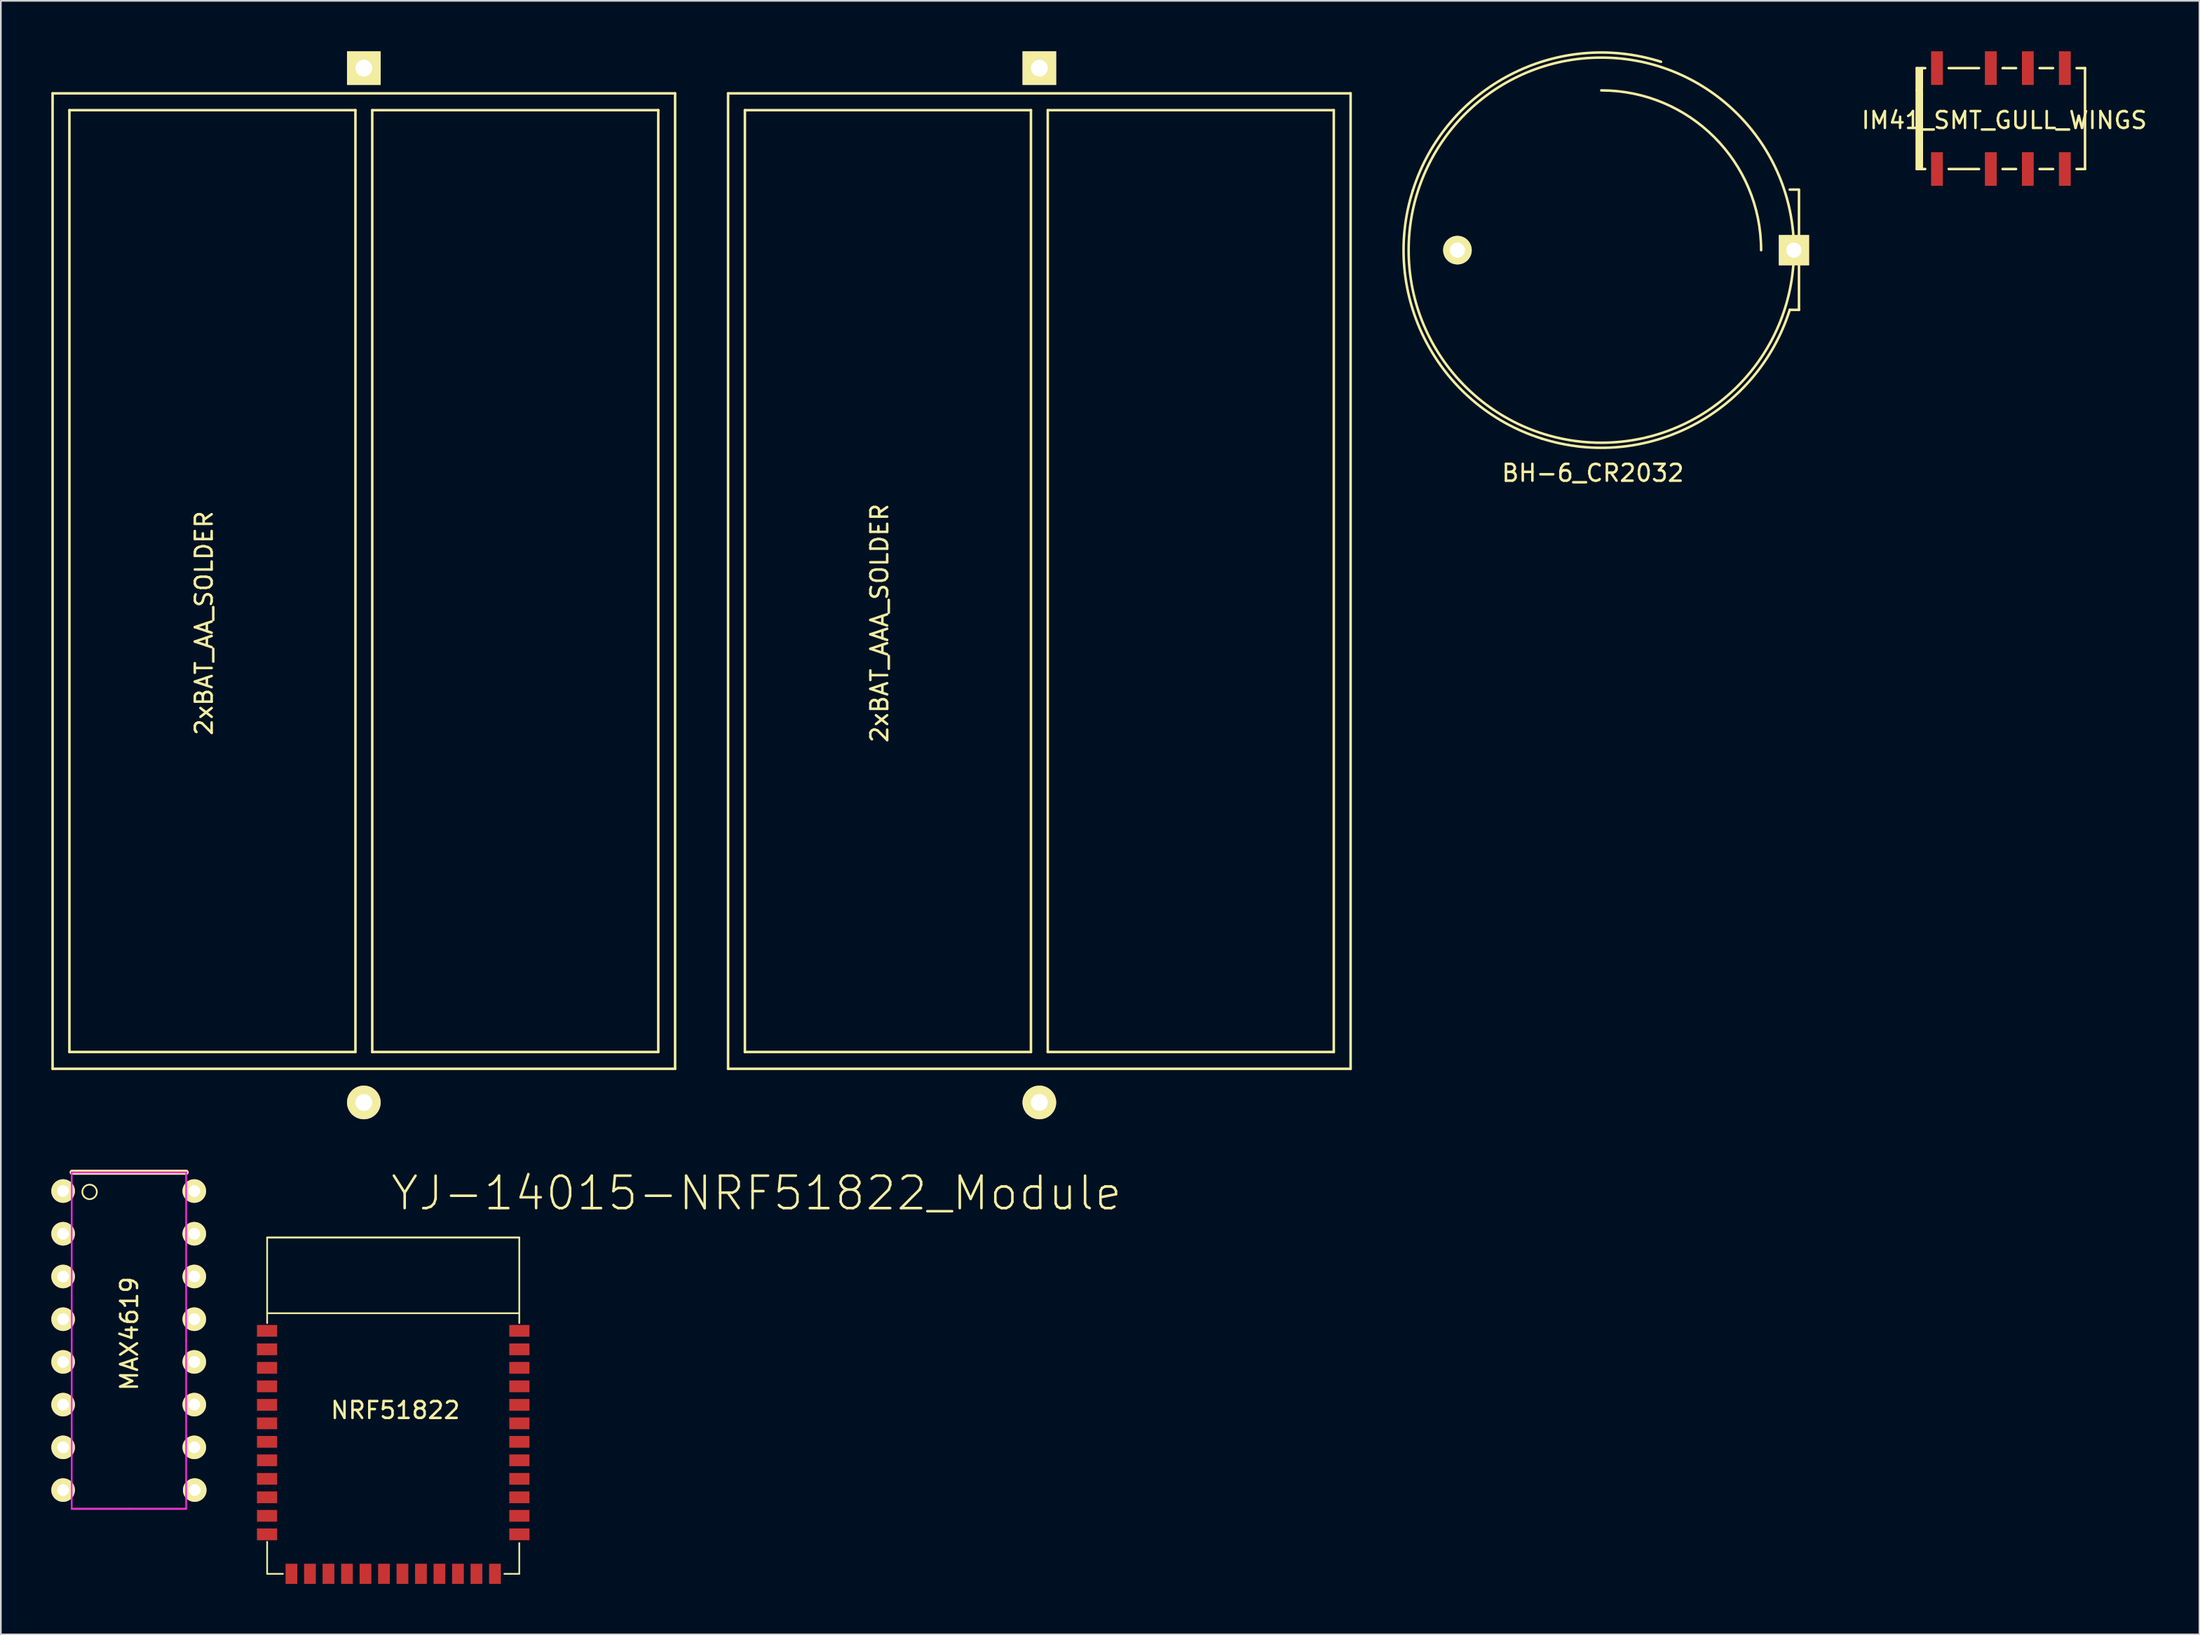
<source format=kicad_pcb>
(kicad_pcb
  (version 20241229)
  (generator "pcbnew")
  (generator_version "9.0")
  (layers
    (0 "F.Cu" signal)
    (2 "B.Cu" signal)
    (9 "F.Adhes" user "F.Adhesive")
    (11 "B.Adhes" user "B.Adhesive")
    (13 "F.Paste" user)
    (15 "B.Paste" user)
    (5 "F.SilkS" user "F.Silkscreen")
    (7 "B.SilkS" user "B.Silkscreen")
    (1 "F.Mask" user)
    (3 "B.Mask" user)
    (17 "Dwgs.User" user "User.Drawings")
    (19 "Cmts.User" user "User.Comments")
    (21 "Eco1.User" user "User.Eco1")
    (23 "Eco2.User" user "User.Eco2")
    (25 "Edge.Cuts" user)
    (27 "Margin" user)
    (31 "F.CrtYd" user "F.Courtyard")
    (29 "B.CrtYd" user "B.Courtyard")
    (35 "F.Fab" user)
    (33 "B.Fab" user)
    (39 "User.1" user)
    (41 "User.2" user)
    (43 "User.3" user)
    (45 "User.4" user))
  (footprint "YJ-14015-NRF51822_Module"
    (layer "F.Cu")
    (at 20.321 90.528)
    (property "Reference" "YJ-14015-NRF51822_Module" (at 21.59 -22.631 0) (layer "F.SilkS") (effects (font (size 1.93 1.93) (thickness 0.152))))
    (attr smd)
    (fp_line (start -7.493 -19.99) (end -7.493 -14.91) (stroke (width 0.1) (type solid)) (layer "F.SilkS"))
    (fp_line (start -7.493 -19.99) (end 7.493 -19.99) (stroke (width 0.1) (type solid)) (layer "F.SilkS"))
    (fp_line (start -7.493 -15.494) (end 7.493 -15.494) (stroke (width 0.1) (type solid)) (layer "F.SilkS"))
    (fp_line (start -7.493 -1.905) (end -7.493 0) (stroke (width 0.1) (type solid)) (layer "F.SilkS"))
    (fp_line (start -7.493 0) (end -6.553 0) (stroke (width 0.1) (type solid)) (layer "F.SilkS"))
    (fp_line (start 6.604 0) (end 7.493 0) (stroke (width 0.1) (type solid)) (layer "F.SilkS"))
    (fp_line (start 7.493 -19.99) (end 7.493 -14.91) (stroke (width 0.1) (type solid)) (layer "F.SilkS"))
    (fp_line (start 7.493 0) (end 7.493 -1.829) (stroke (width 0.1) (type solid)) (layer "F.SilkS"))
    (fp_line (start 7.498 -20) (end -7.498 -20) (stroke (width 0.1) (type solid)) (layer "F.SilkS"))
    (fp_text user "NRF51822" (at 0.127 -9.728 0) (layer "F.SilkS") (effects (font (size 1 1) (thickness 0.15))))
    (pad "1" smd rect (at -7.498 -14.448 90) (size 0.699 1.199) (layers "F.Cu" "F.Mask" "F.Paste"))
    (pad "2" smd rect (at -7.498 -13.348 90) (size 0.699 1.199) (layers "F.Cu" "F.Mask" "F.Paste"))
    (pad "3" smd rect (at -7.498 -12.248 90) (size 0.699 1.199) (layers "F.Cu" "F.Mask" "F.Paste"))
    (pad "4" smd rect (at -7.498 -11.148 90) (size 0.699 1.199) (layers "F.Cu" "F.Mask" "F.Paste"))
    (pad "5" smd rect (at -7.498 -10.048 90) (size 0.699 1.199) (layers "F.Cu" "F.Mask" "F.Paste"))
    (pad "6" smd rect (at -7.498 -8.948 90) (size 0.699 1.199) (layers "F.Cu" "F.Mask" "F.Paste"))
    (pad "7" smd rect (at -7.498 -7.849 90) (size 0.699 1.199) (layers "F.Cu" "F.Mask" "F.Paste"))
    (pad "8" smd rect (at -7.498 -6.749 90) (size 0.699 1.199) (layers "F.Cu" "F.Mask" "F.Paste"))
    (pad "9" smd rect (at -7.498 -5.649 90) (size 0.699 1.199) (layers "F.Cu" "F.Mask" "F.Paste"))
    (pad "10" smd rect (at -7.498 -4.549 90) (size 0.699 1.199) (layers "F.Cu" "F.Mask" "F.Paste"))
    (pad "11" smd rect (at -7.498 -3.449 90) (size 0.699 1.199) (layers "F.Cu" "F.Mask" "F.Paste"))
    (pad "12" smd rect (at -7.498 -2.349 90) (size 0.699 1.199) (layers "F.Cu" "F.Mask" "F.Paste"))
    (pad "13" smd rect (at -6.048 0 90) (size 1.199 0.699) (layers "F.Cu" "F.Mask" "F.Paste"))
    (pad "14" smd rect (at -4.948 0 90) (size 1.199 0.699) (layers "F.Cu" "F.Mask" "F.Paste"))
    (pad "15" smd rect (at -3.848 0 90) (size 1.199 0.699) (layers "F.Cu" "F.Mask" "F.Paste"))
    (pad "16" smd rect (at -2.748 0 90) (size 1.199 0.699) (layers "F.Cu" "F.Mask" "F.Paste"))
    (pad "17" smd rect (at -1.648 0 90) (size 1.199 0.699) (layers "F.Cu" "F.Mask" "F.Paste"))
    (pad "18" smd rect (at -0.549 0 90) (size 1.199 0.699) (layers "F.Cu" "F.Mask" "F.Paste"))
    (pad "19" smd rect (at 0.549 0 90) (size 1.199 0.699) (layers "F.Cu" "F.Mask" "F.Paste"))
    (pad "20" smd rect (at 1.648 0 90) (size 1.199 0.699) (layers "F.Cu" "F.Mask" "F.Paste"))
    (pad "21" smd rect (at 2.748 0 90) (size 1.199 0.699) (layers "F.Cu" "F.Mask" "F.Paste"))
    (pad "22" smd rect (at 3.848 0 90) (size 1.199 0.699) (layers "F.Cu" "F.Mask" "F.Paste"))
    (pad "23" smd rect (at 4.948 0 90) (size 1.199 0.699) (layers "F.Cu" "F.Mask" "F.Paste"))
    (pad "24" smd rect (at 6.048 0 90) (size 1.199 0.699) (layers "F.Cu" "F.Mask" "F.Paste"))
    (pad "25" smd rect (at 7.498 -2.349 90) (size 0.699 1.199) (layers "F.Cu" "F.Mask" "F.Paste"))
    (pad "26" smd rect (at 7.498 -3.449 90) (size 0.699 1.199) (layers "F.Cu" "F.Mask" "F.Paste"))
    (pad "27" smd rect (at 7.498 -4.549 90) (size 0.699 1.199) (layers "F.Cu" "F.Mask" "F.Paste"))
    (pad "28" smd rect (at 7.498 -5.649 90) (size 0.699 1.199) (layers "F.Cu" "F.Mask" "F.Paste"))
    (pad "29" smd rect (at 7.498 -6.749 90) (size 0.699 1.199) (layers "F.Cu" "F.Mask" "F.Paste"))
    (pad "30" smd rect (at 7.498 -7.849 90) (size 0.699 1.199) (layers "F.Cu" "F.Mask" "F.Paste"))
    (pad "31" smd rect (at 7.498 -8.948 90) (size 0.699 1.199) (layers "F.Cu" "F.Mask" "F.Paste"))
    (pad "32" smd rect (at 7.498 -10.048 90) (size 0.699 1.199) (layers "F.Cu" "F.Mask" "F.Paste"))
    (pad "33" smd rect (at 7.498 -11.148 90) (size 0.699 1.199) (layers "F.Cu" "F.Mask" "F.Paste"))
    (pad "34" smd rect (at 7.498 -12.248 90) (size 0.699 1.199) (layers "F.Cu" "F.Mask" "F.Paste"))
    (pad "35" smd rect (at 7.498 -13.348 90) (size 0.699 1.199) (layers "F.Cu" "F.Mask" "F.Paste"))
    (pad "36" smd rect (at 7.498 -14.448 90) (size 0.699 1.199) (layers "F.Cu" "F.Mask" "F.Paste")))
  (footprint "2xBAT_AAA_SOLDER"
    (layer "F.Cu")
    (at 58.225 3.5)
    (property "Reference" "2xBAT_AAA_SOLDER" (at -9 30.5 90) (layer "F.SilkS") (effects (font (size 1 1) (thickness 0.15))))
    (attr through_hole)
    (fp_line (start -18 -1) (end 19 -1) (stroke (width 0.15) (type solid)) (layer "F.SilkS"))
    (fp_line (start -18 57) (end -18 -1) (stroke (width 0.15) (type solid)) (layer "F.SilkS"))
    (fp_line (start -17 0) (end -17 56) (stroke (width 0.15) (type solid)) (layer "F.SilkS"))
    (fp_line (start -17 56) (end 0 56) (stroke (width 0.15) (type solid)) (layer "F.SilkS"))
    (fp_line (start 0 0) (end -17 0) (stroke (width 0.15) (type solid)) (layer "F.SilkS"))
    (fp_line (start 0 56) (end 0 0) (stroke (width 0.15) (type solid)) (layer "F.SilkS"))
    (fp_line (start 1 0) (end 1 56) (stroke (width 0.15) (type solid)) (layer "F.SilkS"))
    (fp_line (start 1 0) (end 18 0) (stroke (width 0.15) (type solid)) (layer "F.SilkS"))
    (fp_line (start 18 0) (end 18 56) (stroke (width 0.15) (type solid)) (layer "F.SilkS"))
    (fp_line (start 18 56) (end 1 56) (stroke (width 0.15) (type solid)) (layer "F.SilkS"))
    (fp_line (start 19 -1) (end 19 57) (stroke (width 0.15) (type solid)) (layer "F.SilkS"))
    (fp_line (start 19 57) (end -18 57) (stroke (width 0.15) (type solid)) (layer "F.SilkS"))
    (pad "1" thru_hole rect (at 0.5 -2.5) (size 2 2) (drill 1) (layers "*.Cu" "*.Mask" "F.SilkS"))
    (pad "2" thru_hole circle (at 0.5 59) (size 2 2) (drill 1) (layers "*.Cu" "*.Mask" "F.SilkS")))
  (footprint "IM41_SMT_GULL_WINGS"
    (layer "F.Cu")
    (at 115.875 4)
    (property "Reference" "IM41_SMT_GULL_WINGS" (at 0.2 0.1 0) (layer "F.SilkS") (effects (font (size 1 1) (thickness 0.15))))
    (attr through_hole)
    (fp_line (start -5 -3) (end -4.5 -3) (stroke (width 0.15) (type solid)) (layer "F.SilkS"))
    (fp_line (start -5 -1.7) (end -4.8 -1.7) (stroke (width 0.15) (type solid)) (layer "F.SilkS"))
    (fp_line (start -5 0) (end -5 -3) (stroke (width 0.15) (type solid)) (layer "F.SilkS"))
    (fp_line (start -5 3) (end -5 0) (stroke (width 0.15) (type solid)) (layer "F.SilkS"))
    (fp_line (start -4.9 -2.9) (end -4.9 -1.7) (stroke (width 0.15) (type solid)) (layer "F.SilkS"))
    (fp_line (start -4.9 -1.6) (end -4.9 1.6) (stroke (width 0.15) (type solid)) (layer "F.SilkS"))
    (fp_line (start -4.9 1.6) (end -4.8 1.6) (stroke (width 0.15) (type solid)) (layer "F.SilkS"))
    (fp_line (start -4.9 1.7) (end -4.9 2.9) (stroke (width 0.15) (type solid)) (layer "F.SilkS"))
    (fp_line (start -4.9 1.7) (end -4.8 1.7) (stroke (width 0.15) (type solid)) (layer "F.SilkS"))
    (fp_line (start -4.9 2.9) (end -4.8 2.9) (stroke (width 0.15) (type solid)) (layer "F.SilkS"))
    (fp_line (start -4.8 -2.9) (end -4.9 -2.9) (stroke (width 0.15) (type solid)) (layer "F.SilkS"))
    (fp_line (start -4.8 -1.8) (end -4.8 -2.9) (stroke (width 0.15) (type solid)) (layer "F.SilkS"))
    (fp_line (start -4.8 1.6) (end -4.8 -1.7) (stroke (width 0.15) (type solid)) (layer "F.SilkS"))
    (fp_line (start -4.8 1.7) (end -4.7 1.5) (stroke (width 0.15) (type solid)) (layer "F.SilkS"))
    (fp_line (start -4.8 1.8) (end -4.7 1.8) (stroke (width 0.15) (type solid)) (layer "F.SilkS"))
    (fp_line (start -4.8 2.9) (end -4.8 1.8) (stroke (width 0.15) (type solid)) (layer "F.SilkS"))
    (fp_line (start -4.7 -3) (end -4.7 -1.8) (stroke (width 0.15) (type solid)) (layer "F.SilkS"))
    (fp_line (start -4.7 -1.8) (end -4.8 -1.8) (stroke (width 0.15) (type solid)) (layer "F.SilkS"))
    (fp_line (start -4.7 1.5) (end -4.7 1.8) (stroke (width 0.15) (type solid)) (layer "F.SilkS"))
    (fp_line (start -4.7 1.7) (end -4.7 -1.7) (stroke (width 0.15) (type solid)) (layer "F.SilkS"))
    (fp_line (start -4.7 1.8) (end -4.7 2.9) (stroke (width 0.15) (type solid)) (layer "F.SilkS"))
    (fp_line (start -4.5 3) (end -5 3) (stroke (width 0.15) (type solid)) (layer "F.SilkS"))
    (fp_line (start -3.1 -3) (end -1.3 -3) (stroke (width 0.15) (type solid)) (layer "F.SilkS"))
    (fp_line (start -3.1 3) (end -1.3 3) (stroke (width 0.15) (type solid)) (layer "F.SilkS"))
    (fp_line (start 0.1 -3) (end 0.2 -3) (stroke (width 0.15) (type solid)) (layer "F.SilkS"))
    (fp_line (start 0.1 3) (end 0.9 3) (stroke (width 0.15) (type solid)) (layer "F.SilkS"))
    (fp_line (start 0.9 -3) (end 0.2 -3) (stroke (width 0.15) (type solid)) (layer "F.SilkS"))
    (fp_line (start 2.3 -3) (end 3.1 -3) (stroke (width 0.15) (type solid)) (layer "F.SilkS"))
    (fp_line (start 2.3 3) (end 3.1 3) (stroke (width 0.15) (type solid)) (layer "F.SilkS"))
    (fp_line (start 4.5 -3) (end 5 -3) (stroke (width 0.15) (type solid)) (layer "F.SilkS"))
    (fp_line (start 4.5 3) (end 5 3) (stroke (width 0.15) (type solid)) (layer "F.SilkS"))
    (fp_line (start 5 -3) (end 5 3) (stroke (width 0.15) (type solid)) (layer "F.SilkS"))
    (pad "1" smd rect (at -3.8 3) (size 0.7 2) (layers "F.Cu" "F.Mask" "F.Paste"))
    (pad "2" smd rect (at -0.6 3) (size 0.7 2) (layers "F.Cu" "F.Mask" "F.Paste"))
    (pad "3" smd rect (at 1.6 3) (size 0.7 2) (layers "F.Cu" "F.Mask" "F.Paste"))
    (pad "4" smd rect (at 3.8 3) (size 0.7 2) (layers "F.Cu" "F.Mask" "F.Paste"))
    (pad "5" smd rect (at 3.8 -3) (size 0.7 2) (layers "F.Cu" "F.Mask" "F.Paste"))
    (pad "6" smd rect (at 1.6 -3) (size 0.7 2) (layers "F.Cu" "F.Mask" "F.Paste"))
    (pad "7" smd rect (at -0.6 -3) (size 0.7 2) (layers "F.Cu" "F.Mask" "F.Paste"))
    (pad "8" smd rect (at -3.8 -3) (size 0.7 2) (layers "F.Cu" "F.Mask" "F.Paste")))
  (footprint "MAX4619"
    (layer "F.Cu")
    (at 4.612 76.658)
    (property "Reference" "MAX4619" (at 0.025 -0.406 90) (layer "F.SilkS") (effects (font (size 1 1) (thickness 0.15))))
    (attr through_hole)
    (fp_line (start -3.404 10.008) (end 3.404 10.008) (stroke (width 0.1) (type solid)) (layer "F.SilkS"))
    (fp_line (start -3.378 -10.008) (end 3.404 -10.008) (stroke (width 0.3) (type solid)) (layer "F.SilkS"))
    (fp_circle (center -2.337 -8.839) (end -2.032 -8.534) (stroke (width 0.1) (type solid)) (fill no) (layer "F.SilkS"))
    (fp_line (start -3.4 -10) (end -3.4 0) (stroke (width 0.1) (type solid)) (layer "F.CrtYd"))
    (fp_line (start -3.4 10) (end -3.4 0) (stroke (width 0.1) (type solid)) (layer "F.CrtYd"))
    (fp_line (start 0 10) (end -3.4 10) (stroke (width 0.1) (type solid)) (layer "F.CrtYd"))
    (fp_line (start 0 10) (end 3.4 10) (stroke (width 0.1) (type solid)) (layer "F.CrtYd"))
    (fp_line (start 3.4 -10) (end -3.4 -10) (stroke (width 0.1) (type solid)) (layer "F.CrtYd"))
    (fp_line (start 3.4 0) (end 3.4 -10) (stroke (width 0.1) (type solid)) (layer "F.CrtYd"))
    (fp_line (start 3.4 10) (end 3.4 0) (stroke (width 0.1) (type solid)) (layer "F.CrtYd"))
    (pad "1" thru_hole circle (at -3.912 -8.89) (size 1.4 1.4) (drill 0.7) (layers "*.Cu" "*.Mask" "F.SilkS"))
    (pad "2" thru_hole circle (at -3.912 -6.35) (size 1.4 1.4) (drill 0.7) (layers "*.Cu" "*.Mask" "F.SilkS"))
    (pad "3" thru_hole circle (at -3.912 -3.81) (size 1.4 1.4) (drill 0.7) (layers "*.Cu" "*.Mask" "F.SilkS"))
    (pad "4" thru_hole circle (at -3.912 -1.27) (size 1.4 1.4) (drill 0.7) (layers "*.Cu" "*.Mask" "F.SilkS"))
    (pad "5" thru_hole circle (at -3.912 1.27) (size 1.4 1.4) (drill 0.7) (layers "*.Cu" "*.Mask" "F.SilkS"))
    (pad "6" thru_hole circle (at -3.912 3.81) (size 1.4 1.4) (drill 0.7) (layers "*.Cu" "*.Mask" "F.SilkS"))
    (pad "7" thru_hole circle (at -3.912 6.35) (size 1.4 1.4) (drill 0.7) (layers "*.Cu" "*.Mask" "F.SilkS"))
    (pad "8" thru_hole circle (at -3.912 8.89) (size 1.4 1.4) (drill 0.7) (layers "*.Cu" "*.Mask" "F.SilkS"))
    (pad "9" thru_hole circle (at 3.912 8.89) (size 1.4 1.4) (drill 0.7) (layers "*.Cu" "*.Mask" "F.SilkS"))
    (pad "10" thru_hole circle (at 3.886 6.35) (size 1.4 1.4) (drill 0.7) (layers "*.Cu" "*.Mask" "F.SilkS"))
    (pad "11" thru_hole circle (at 3.886 3.81) (size 1.4 1.4) (drill 0.7) (layers "*.Cu" "*.Mask" "F.SilkS"))
    (pad "12" thru_hole circle (at 3.886 1.27) (size 1.4 1.4) (drill 0.7) (layers "*.Cu" "*.Mask" "F.SilkS"))
    (pad "13" thru_hole circle (at 3.886 -1.27) (size 1.4 1.4) (drill 0.7) (layers "*.Cu" "*.Mask" "F.SilkS"))
    (pad "14" thru_hole circle (at 3.886 -3.81) (size 1.4 1.4) (drill 0.7) (layers "*.Cu" "*.Mask" "F.SilkS"))
    (pad "15" thru_hole circle (at 3.886 -6.35) (size 1.4 1.4) (drill 0.7) (layers "*.Cu" "*.Mask" "F.SilkS"))
    (pad "16" thru_hole circle (at 3.886 -8.89) (size 1.4 1.4) (drill 0.7) (layers "*.Cu" "*.Mask" "F.SilkS")))
  (footprint "2xBAT_AA_SOLDER"
    (layer "F.Cu")
    (at 18.075 3.5)
    (property "Reference" "2xBAT_AA_SOLDER" (at -9 30.5 90) (layer "F.SilkS") (effects (font (size 1 1) (thickness 0.15))))
    (attr through_hole)
    (fp_line (start -18 -1) (end 19 -1) (stroke (width 0.15) (type solid)) (layer "F.SilkS"))
    (fp_line (start -18 57) (end -18 -1) (stroke (width 0.15) (type solid)) (layer "F.SilkS"))
    (fp_line (start -17 0) (end -17 56) (stroke (width 0.15) (type solid)) (layer "F.SilkS"))
    (fp_line (start -17 56) (end 0 56) (stroke (width 0.15) (type solid)) (layer "F.SilkS"))
    (fp_line (start 0 0) (end -17 0) (stroke (width 0.15) (type solid)) (layer "F.SilkS"))
    (fp_line (start 0 56) (end 0 0) (stroke (width 0.15) (type solid)) (layer "F.SilkS"))
    (fp_line (start 1 0) (end 1 56) (stroke (width 0.15) (type solid)) (layer "F.SilkS"))
    (fp_line (start 1 0) (end 18 0) (stroke (width 0.15) (type solid)) (layer "F.SilkS"))
    (fp_line (start 18 0) (end 18 56) (stroke (width 0.15) (type solid)) (layer "F.SilkS"))
    (fp_line (start 18 56) (end 1 56) (stroke (width 0.15) (type solid)) (layer "F.SilkS"))
    (fp_line (start 19 -1) (end 19 57) (stroke (width 0.15) (type solid)) (layer "F.SilkS"))
    (fp_line (start 19 57) (end -18 57) (stroke (width 0.15) (type solid)) (layer "F.SilkS"))
    (pad "1" thru_hole rect (at 0.5 -2.5) (size 2 2) (drill 1) (layers "*.Cu" "*.Mask" "F.SilkS"))
    (pad "2" thru_hole circle (at 0.5 59) (size 2 2) (drill 1) (layers "*.Cu" "*.Mask" "F.SilkS")))
  (footprint "BH-6_CR2032"
    (layer "F.Cu")
    (at 92.124 11.824)
    (property "Reference" "BH-6_CR2032" (at -0.5 13.25 0) (layer "F.SilkS") (effects (font (size 1 1) (thickness 0.15))))
    (attr through_hole)
    (fp_line (start 11.2 -3.6) (end 11.75 -3.6) (stroke (width 0.15) (type solid)) (layer "F.SilkS"))
    (fp_line (start 11.75 0) (end 11.75 -3.55) (stroke (width 0.15) (type solid)) (layer "F.SilkS"))
    (fp_line (start 11.75 0) (end 11.75 3.55) (stroke (width 0.15) (type solid)) (layer "F.SilkS"))
    (fp_line (start 11.75 3.55) (end 11.2 3.55) (stroke (width 0.15) (type solid)) (layer "F.SilkS"))
    (fp_arc (start -11.2 -3.55) (mid -5.409367 -10.429825) (end 3.55 -11.2) (stroke (width 0.15) (type solid)) (layer "F.SilkS"))
    (fp_arc (start -3.55 11.2) (mid -10.429825 5.409367) (end -11.2 -3.55) (stroke (width 0.15) (type solid)) (layer "F.SilkS"))
    (fp_arc (start 0 -9.5) (mid 6.717514 -6.717514) (end 9.5 0) (stroke (width 0.15) (type solid)) (layer "F.SilkS"))
    (fp_arc (start 11.2 3.55) (mid 5.409367 10.429825) (end -3.55 11.2) (stroke (width 0.15) (type solid)) (layer "F.SilkS"))
    (fp_circle (center 0 0) (end 11.45 0) (stroke (width 0.15) (type solid)) (fill no) (layer "F.SilkS"))
    (pad "1" thru_hole rect (at 11.45 0) (size 1.8 1.8) (drill 0.9) (layers "*.Cu" "*.Mask" "F.SilkS"))
    (pad "2" thru_hole circle (at -8.55 0) (size 1.7 1.7) (drill 0.9) (layers "*.Cu" "*.Mask" "F.SilkS")))
  (gr_rect
    (start -3 -3)
    (end 127.677 94.128)
    (stroke (width 0.1) (type default))
    (fill no)
    (layer "Edge.Cuts")))
</source>
